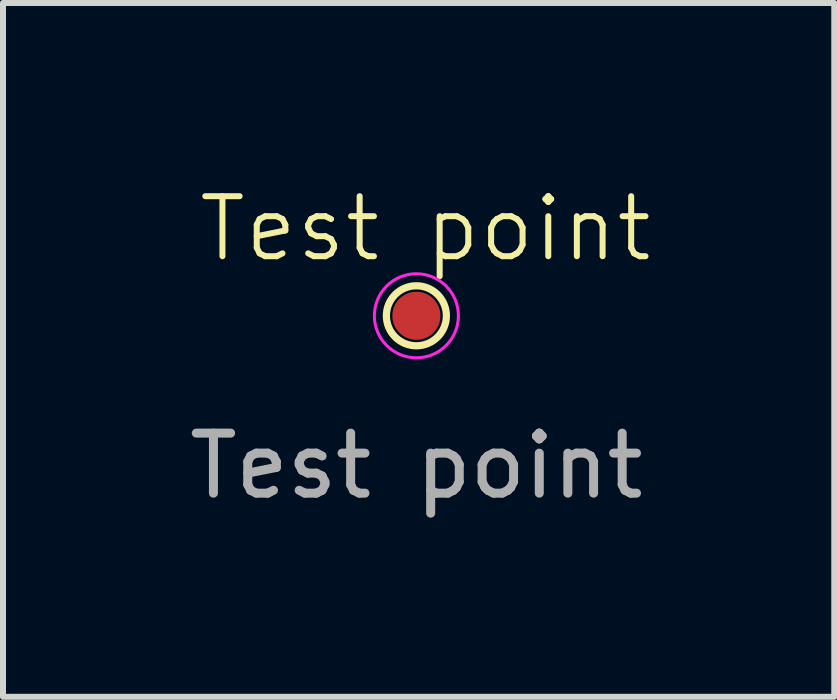
<source format=kicad_pcb>
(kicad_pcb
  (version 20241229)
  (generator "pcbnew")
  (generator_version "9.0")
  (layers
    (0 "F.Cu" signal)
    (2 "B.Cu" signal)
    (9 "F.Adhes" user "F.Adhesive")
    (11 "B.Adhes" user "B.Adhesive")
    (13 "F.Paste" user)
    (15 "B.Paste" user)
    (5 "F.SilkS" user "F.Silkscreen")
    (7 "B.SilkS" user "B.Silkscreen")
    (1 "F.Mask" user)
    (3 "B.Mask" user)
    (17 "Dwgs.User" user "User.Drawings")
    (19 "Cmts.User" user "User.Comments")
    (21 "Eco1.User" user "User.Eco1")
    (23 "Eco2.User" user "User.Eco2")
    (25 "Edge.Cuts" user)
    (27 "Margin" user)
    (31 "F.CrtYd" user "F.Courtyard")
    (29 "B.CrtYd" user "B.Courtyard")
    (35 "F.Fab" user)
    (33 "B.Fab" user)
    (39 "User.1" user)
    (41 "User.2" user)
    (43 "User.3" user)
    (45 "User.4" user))
  (footprint "Test point"
    (layer "F.Cu")
    (at 3.887 2.211)
    (property "Reference" "Test point" (at 0.15 -1.45 0) (unlocked yes) (layer "F.SilkS") (effects (font (size 1 1) (thickness 0.1))))
    (attr smd)
    (fp_circle (center 0 0) (end 0.5 0) (stroke (width 0.12) (type solid)) (fill no) (layer "F.SilkS"))
    (fp_circle (center 0 0) (end 0.7 0) (stroke (width 0.05) (type solid)) (fill no) (layer "F.CrtYd"))
    (fp_text user "${REFERENCE}" (at 0 2.5 0) (unlocked yes) (layer "F.Fab") (effects (font (size 1 1) (thickness 0.15))))
    (pad "1" smd circle (at 0 0) (size 0.8 0.8) (layers "F.Cu" "F.Mask")))
  (gr_rect
    (start -3 -3)
    (end 10.849 8.559)
    (stroke (width 0.1) (type default))
    (fill no)
    (layer "Edge.Cuts")))
</source>
